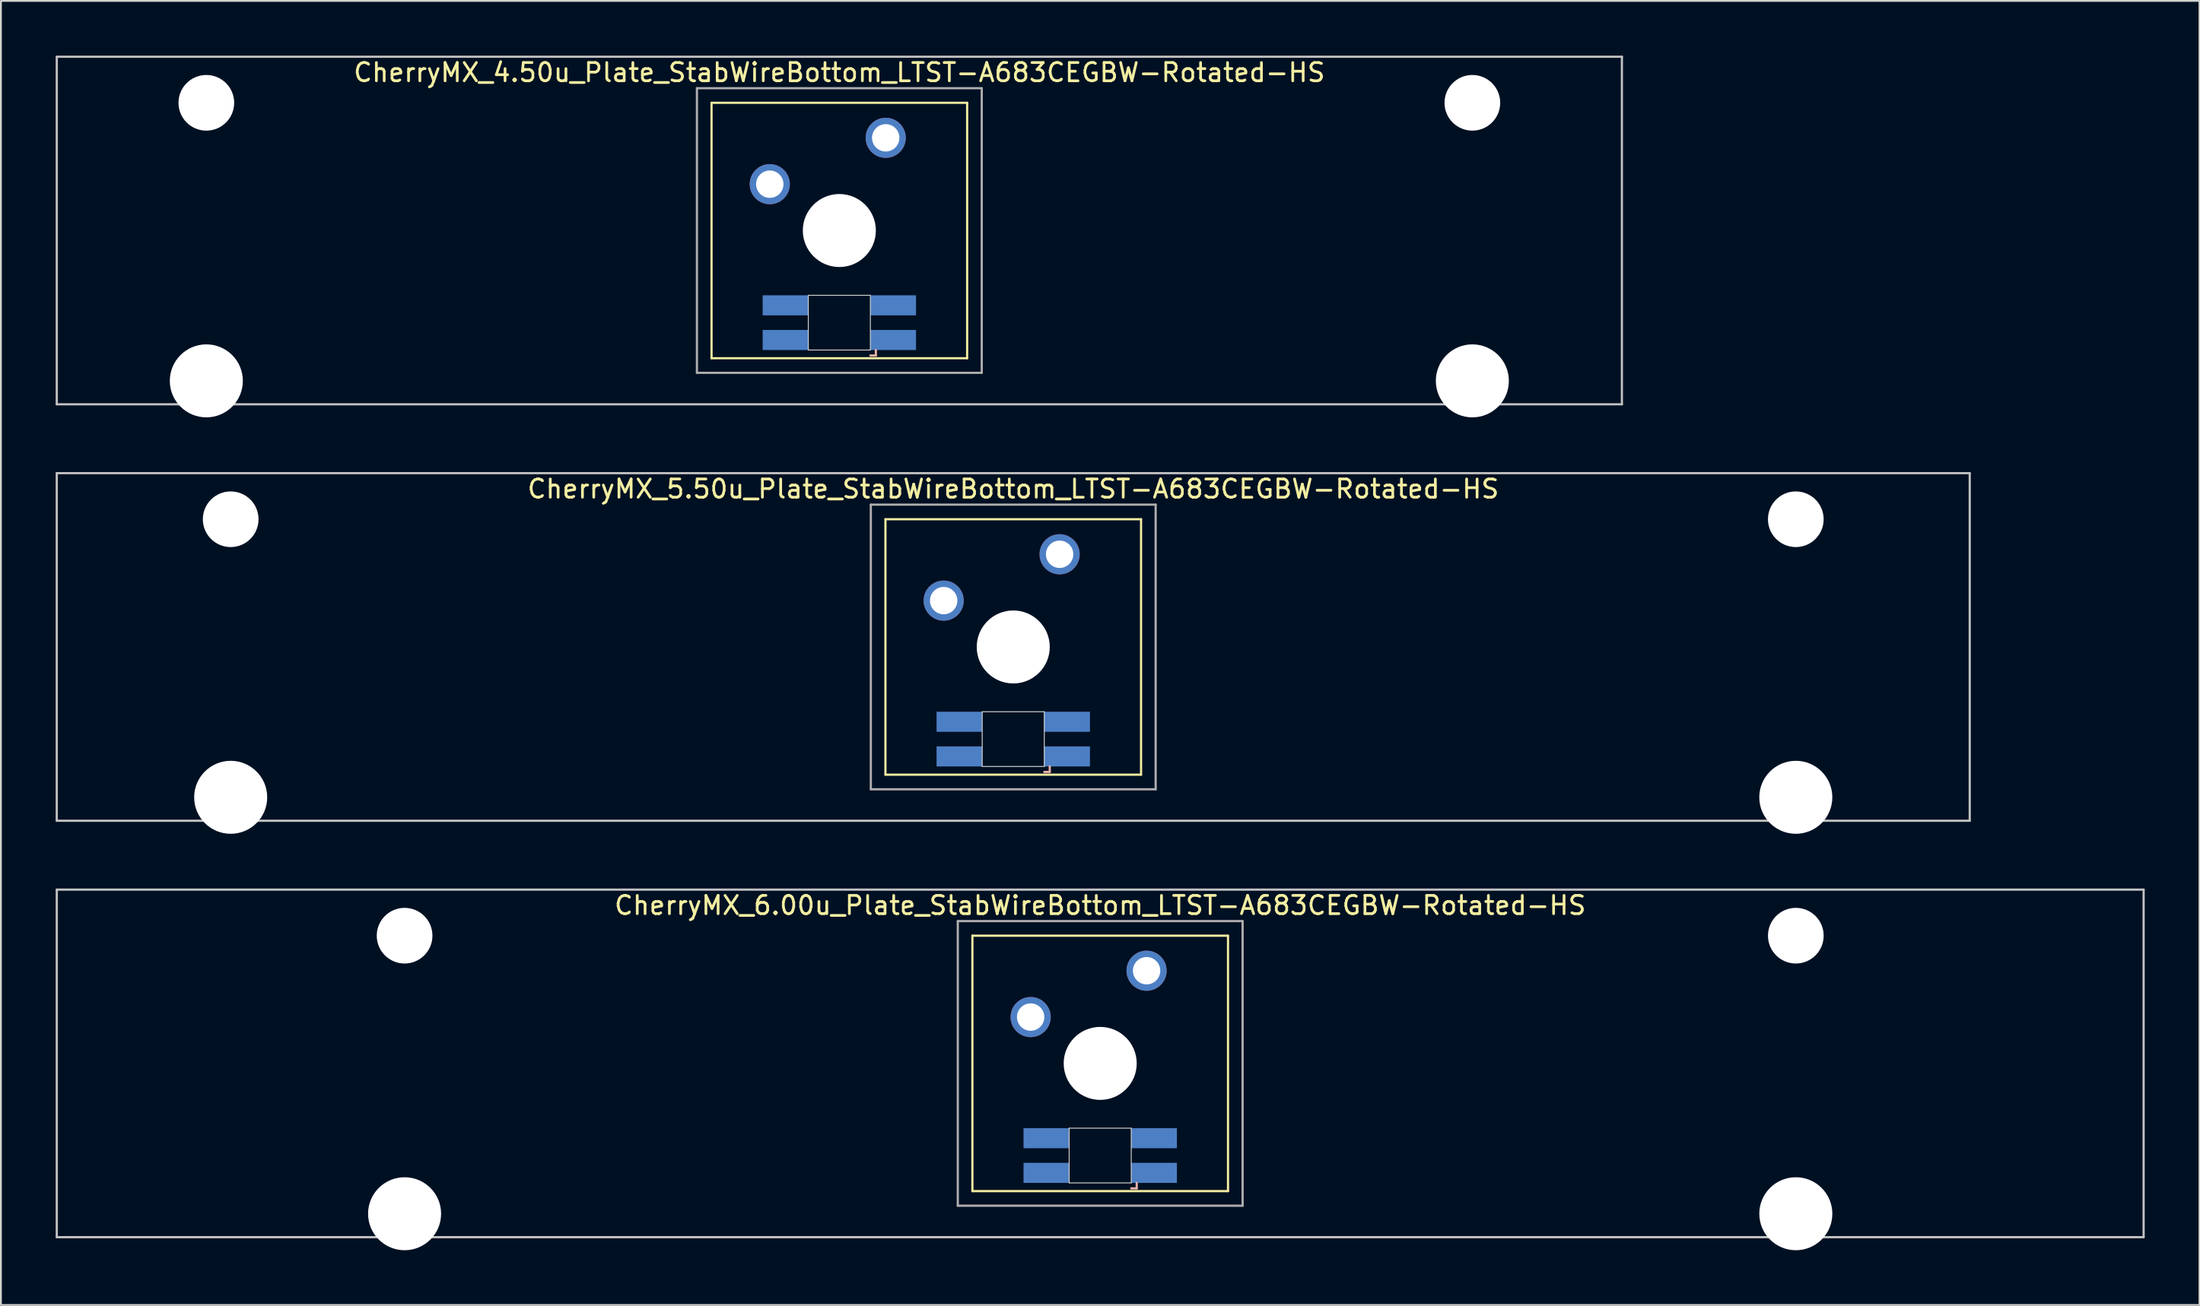
<source format=kicad_pcb>
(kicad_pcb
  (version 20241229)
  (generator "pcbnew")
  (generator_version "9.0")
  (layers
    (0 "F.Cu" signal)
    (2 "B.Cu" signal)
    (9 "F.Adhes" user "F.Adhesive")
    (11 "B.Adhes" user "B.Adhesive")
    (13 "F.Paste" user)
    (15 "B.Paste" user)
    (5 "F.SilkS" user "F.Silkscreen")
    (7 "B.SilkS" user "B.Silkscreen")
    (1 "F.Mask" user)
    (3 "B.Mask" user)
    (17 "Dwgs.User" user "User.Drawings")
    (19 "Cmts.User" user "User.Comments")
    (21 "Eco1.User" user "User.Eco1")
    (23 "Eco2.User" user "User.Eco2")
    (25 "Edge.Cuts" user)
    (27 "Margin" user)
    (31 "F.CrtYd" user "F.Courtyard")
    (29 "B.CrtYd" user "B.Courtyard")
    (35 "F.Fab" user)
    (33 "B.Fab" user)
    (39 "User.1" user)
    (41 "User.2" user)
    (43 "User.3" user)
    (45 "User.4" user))
  (footprint "CherryMX_4.50u_Plate_StabWireBottom_LTST-A683CEGBW-Rotated-HS"
    (layer "F.Cu")
    (at 42.922 9.585)
    (property "Reference" "CherryMX_4.50u_Plate_StabWireBottom_LTST-A683CEGBW-Rotated-HS" (at 0 -8.662 0) (layer "F.SilkS") (effects (font (size 1 1) (thickness 0.15))))
    (attr through_hole)
    (fp_line (start -7 -7) (end -7 7) (stroke (width 0.12) (type solid)) (layer "F.SilkS"))
    (fp_line (start -7 -7) (end 7 -7) (stroke (width 0.12) (type solid)) (layer "F.SilkS"))
    (fp_line (start 7 -7) (end 7 7) (stroke (width 0.12) (type solid)) (layer "F.SilkS"))
    (fp_line (start 7 7) (end -7 7) (stroke (width 0.12) (type solid)) (layer "F.SilkS"))
    (fp_line (start 1.7 6.85) (end 2 6.85) (stroke (width 0.12) (type solid)) (layer "B.SilkS"))
    (fp_line (start 2 6.85) (end 2 6.55) (stroke (width 0.12) (type solid)) (layer "B.SilkS"))
    (fp_line (start -42.862 -9.525) (end 42.862 -9.525) (stroke (width 0.12) (type solid)) (layer "Dwgs.User"))
    (fp_line (start -42.862 9.525) (end -42.862 -9.525) (stroke (width 0.12) (type solid)) (layer "Dwgs.User"))
    (fp_line (start 42.862 -9.525) (end 42.862 9.525) (stroke (width 0.12) (type solid)) (layer "Dwgs.User"))
    (fp_line (start 42.862 9.525) (end -42.862 9.525) (stroke (width 0.12) (type solid)) (layer "Dwgs.User"))
    (fp_line (start -1.7 3.55) (end 1.7 3.55) (stroke (width 0.05) (type solid)) (layer "Edge.Cuts"))
    (fp_line (start -1.7 6.55) (end -1.7 3.55) (stroke (width 0.05) (type solid)) (layer "Edge.Cuts"))
    (fp_line (start 1.7 3.55) (end 1.7 6.55) (stroke (width 0.05) (type solid)) (layer "Edge.Cuts"))
    (fp_line (start 1.7 6.55) (end -1.7 6.55) (stroke (width 0.05) (type solid)) (layer "Edge.Cuts"))
    (fp_line (start -7.8 -7.8) (end -7.8 7.8) (stroke (width 0.12) (type solid)) (layer "F.Fab"))
    (fp_line (start -7.8 -7.8) (end 7.8 -7.8) (stroke (width 0.12) (type solid)) (layer "F.Fab"))
    (fp_line (start -7.8 7.8) (end 7.8 7.8) (stroke (width 0.12) (type solid)) (layer "F.Fab"))
    (fp_line (start 7.8 -7.8) (end 7.8 7.8) (stroke (width 0.12) (type solid)) (layer "F.Fab"))
    (pad "" np_thru_hole circle (at -34.671 -7) (size 3.05 3.05) (drill 3.05) (layers "*.Cu" "*.Mask"))
    (pad "" np_thru_hole circle (at -34.671 8.24) (size 4 4) (drill 4) (layers "*.Cu" "*.Mask"))
    (pad "" np_thru_hole circle (at 0 0) (size 4 4) (drill 4) (layers "*.Cu" "*.Mask"))
    (pad "" np_thru_hole circle (at 34.671 -7) (size 3.05 3.05) (drill 3.05) (layers "*.Cu" "*.Mask"))
    (pad "" np_thru_hole circle (at 34.671 8.24) (size 4 4) (drill 4) (layers "*.Cu" "*.Mask"))
    (pad "1" thru_hole circle (at -3.81 -2.54) (size 2.2 2.2) (drill 1.5) (layers "*.Cu" "*.Mask"))
    (pad "2" thru_hole circle (at 2.54 -5.08) (size 2.2 2.2) (drill 1.5) (layers "*.Cu" "*.Mask"))
    (pad "3" smd rect (at 2.95 6) (size 2.5 1.1) (layers "B.Cu" "B.Mask" "B.Paste"))
    (pad "4" smd rect (at 2.95 4.1) (size 2.5 1.1) (layers "B.Cu" "B.Mask" "B.Paste"))
    (pad "5" smd rect (at -2.95 6) (size 2.5 1.1) (layers "B.Cu" "B.Mask" "B.Paste"))
    (pad "6" smd rect (at -2.95 4.1) (size 2.5 1.1) (layers "B.Cu" "B.Mask" "B.Paste")))
  (footprint "CherryMX_5.50u_Plate_StabWireBottom_LTST-A683CEGBW-Rotated-HS"
    (layer "F.Cu")
    (at 52.447 32.41)
    (property "Reference" "CherryMX_5.50u_Plate_StabWireBottom_LTST-A683CEGBW-Rotated-HS" (at 0 -8.662 0) (layer "F.SilkS") (effects (font (size 1 1) (thickness 0.15))))
    (attr through_hole)
    (fp_line (start -7 -7) (end -7 7) (stroke (width 0.12) (type solid)) (layer "F.SilkS"))
    (fp_line (start -7 -7) (end 7 -7) (stroke (width 0.12) (type solid)) (layer "F.SilkS"))
    (fp_line (start 7 -7) (end 7 7) (stroke (width 0.12) (type solid)) (layer "F.SilkS"))
    (fp_line (start 7 7) (end -7 7) (stroke (width 0.12) (type solid)) (layer "F.SilkS"))
    (fp_line (start 1.7 6.85) (end 2 6.85) (stroke (width 0.12) (type solid)) (layer "B.SilkS"))
    (fp_line (start 2 6.85) (end 2 6.55) (stroke (width 0.12) (type solid)) (layer "B.SilkS"))
    (fp_line (start -52.388 -9.525) (end 52.388 -9.525) (stroke (width 0.12) (type solid)) (layer "Dwgs.User"))
    (fp_line (start -52.388 9.525) (end -52.388 -9.525) (stroke (width 0.12) (type solid)) (layer "Dwgs.User"))
    (fp_line (start 52.388 -9.525) (end 52.388 9.525) (stroke (width 0.12) (type solid)) (layer "Dwgs.User"))
    (fp_line (start 52.388 9.525) (end -52.388 9.525) (stroke (width 0.12) (type solid)) (layer "Dwgs.User"))
    (fp_line (start -1.7 3.55) (end 1.7 3.55) (stroke (width 0.05) (type solid)) (layer "Edge.Cuts"))
    (fp_line (start -1.7 6.55) (end -1.7 3.55) (stroke (width 0.05) (type solid)) (layer "Edge.Cuts"))
    (fp_line (start 1.7 3.55) (end 1.7 6.55) (stroke (width 0.05) (type solid)) (layer "Edge.Cuts"))
    (fp_line (start 1.7 6.55) (end -1.7 6.55) (stroke (width 0.05) (type solid)) (layer "Edge.Cuts"))
    (fp_line (start -7.8 -7.8) (end -7.8 7.8) (stroke (width 0.12) (type solid)) (layer "F.Fab"))
    (fp_line (start -7.8 -7.8) (end 7.8 -7.8) (stroke (width 0.12) (type solid)) (layer "F.Fab"))
    (fp_line (start -7.8 7.8) (end 7.8 7.8) (stroke (width 0.12) (type solid)) (layer "F.Fab"))
    (fp_line (start 7.8 -7.8) (end 7.8 7.8) (stroke (width 0.12) (type solid)) (layer "F.Fab"))
    (pad "" np_thru_hole circle (at -42.862 -7) (size 3.05 3.05) (drill 3.05) (layers "*.Cu" "*.Mask"))
    (pad "" np_thru_hole circle (at -42.862 8.24) (size 4 4) (drill 4) (layers "*.Cu" "*.Mask"))
    (pad "" np_thru_hole circle (at 0 0) (size 4 4) (drill 4) (layers "*.Cu" "*.Mask"))
    (pad "" np_thru_hole circle (at 42.862 -7) (size 3.05 3.05) (drill 3.05) (layers "*.Cu" "*.Mask"))
    (pad "" np_thru_hole circle (at 42.862 8.24) (size 4 4) (drill 4) (layers "*.Cu" "*.Mask"))
    (pad "1" thru_hole circle (at -3.81 -2.54) (size 2.2 2.2) (drill 1.5) (layers "*.Cu" "*.Mask"))
    (pad "2" thru_hole circle (at 2.54 -5.08) (size 2.2 2.2) (drill 1.5) (layers "*.Cu" "*.Mask"))
    (pad "3" smd rect (at 2.95 6) (size 2.5 1.1) (layers "B.Cu" "B.Mask" "B.Paste"))
    (pad "4" smd rect (at 2.95 4.1) (size 2.5 1.1) (layers "B.Cu" "B.Mask" "B.Paste"))
    (pad "5" smd rect (at -2.95 6) (size 2.5 1.1) (layers "B.Cu" "B.Mask" "B.Paste"))
    (pad "6" smd rect (at -2.95 4.1) (size 2.5 1.1) (layers "B.Cu" "B.Mask" "B.Paste")))
  (footprint "CherryMX_6.00u_Plate_StabWireBottom_LTST-A683CEGBW-Rotated-HS"
    (layer "F.Cu")
    (at 57.21 55.235)
    (property "Reference" "CherryMX_6.00u_Plate_StabWireBottom_LTST-A683CEGBW-Rotated-HS" (at 0 -8.662 0) (layer "F.SilkS") (effects (font (size 1 1) (thickness 0.15))))
    (attr through_hole)
    (fp_line (start -7 -7) (end -7 7) (stroke (width 0.12) (type solid)) (layer "F.SilkS"))
    (fp_line (start -7 -7) (end 7 -7) (stroke (width 0.12) (type solid)) (layer "F.SilkS"))
    (fp_line (start 7 -7) (end 7 7) (stroke (width 0.12) (type solid)) (layer "F.SilkS"))
    (fp_line (start 7 7) (end -7 7) (stroke (width 0.12) (type solid)) (layer "F.SilkS"))
    (fp_line (start 1.7 6.85) (end 2 6.85) (stroke (width 0.12) (type solid)) (layer "B.SilkS"))
    (fp_line (start 2 6.85) (end 2 6.55) (stroke (width 0.12) (type solid)) (layer "B.SilkS"))
    (fp_line (start -57.15 -9.525) (end 57.15 -9.525) (stroke (width 0.12) (type solid)) (layer "Dwgs.User"))
    (fp_line (start -57.15 9.525) (end -57.15 -9.525) (stroke (width 0.12) (type solid)) (layer "Dwgs.User"))
    (fp_line (start 57.15 -9.525) (end 57.15 9.525) (stroke (width 0.12) (type solid)) (layer "Dwgs.User"))
    (fp_line (start 57.15 9.525) (end -57.15 9.525) (stroke (width 0.12) (type solid)) (layer "Dwgs.User"))
    (fp_line (start -1.7 3.55) (end 1.7 3.55) (stroke (width 0.05) (type solid)) (layer "Edge.Cuts"))
    (fp_line (start -1.7 6.55) (end -1.7 3.55) (stroke (width 0.05) (type solid)) (layer "Edge.Cuts"))
    (fp_line (start 1.7 3.55) (end 1.7 6.55) (stroke (width 0.05) (type solid)) (layer "Edge.Cuts"))
    (fp_line (start 1.7 6.55) (end -1.7 6.55) (stroke (width 0.05) (type solid)) (layer "Edge.Cuts"))
    (fp_line (start -7.8 -7.8) (end -7.8 7.8) (stroke (width 0.12) (type solid)) (layer "F.Fab"))
    (fp_line (start -7.8 -7.8) (end 7.8 -7.8) (stroke (width 0.12) (type solid)) (layer "F.Fab"))
    (fp_line (start -7.8 7.8) (end 7.8 7.8) (stroke (width 0.12) (type solid)) (layer "F.Fab"))
    (fp_line (start 7.8 -7.8) (end 7.8 7.8) (stroke (width 0.12) (type solid)) (layer "F.Fab"))
    (pad "" np_thru_hole circle (at -38.1 -7) (size 3.05 3.05) (drill 3.05) (layers "*.Cu" "*.Mask"))
    (pad "" np_thru_hole circle (at -38.1 8.24) (size 4 4) (drill 4) (layers "*.Cu" "*.Mask"))
    (pad "" np_thru_hole circle (at 0 0) (size 4 4) (drill 4) (layers "*.Cu" "*.Mask"))
    (pad "" np_thru_hole circle (at 38.1 -7) (size 3.05 3.05) (drill 3.05) (layers "*.Cu" "*.Mask"))
    (pad "" np_thru_hole circle (at 38.1 8.24) (size 4 4) (drill 4) (layers "*.Cu" "*.Mask"))
    (pad "1" thru_hole circle (at -3.81 -2.54) (size 2.2 2.2) (drill 1.5) (layers "*.Cu" "*.Mask"))
    (pad "2" thru_hole circle (at 2.54 -5.08) (size 2.2 2.2) (drill 1.5) (layers "*.Cu" "*.Mask"))
    (pad "3" smd rect (at 2.95 6) (size 2.5 1.1) (layers "B.Cu" "B.Mask" "B.Paste"))
    (pad "4" smd rect (at 2.95 4.1) (size 2.5 1.1) (layers "B.Cu" "B.Mask" "B.Paste"))
    (pad "5" smd rect (at -2.95 6) (size 2.5 1.1) (layers "B.Cu" "B.Mask" "B.Paste"))
    (pad "6" smd rect (at -2.95 4.1) (size 2.5 1.1) (layers "B.Cu" "B.Mask" "B.Paste")))
  (gr_rect
    (start -3 -3)
    (end 117.42 68.475)
    (stroke (width 0.1) (type default))
    (fill no)
    (layer "Edge.Cuts")))
</source>
